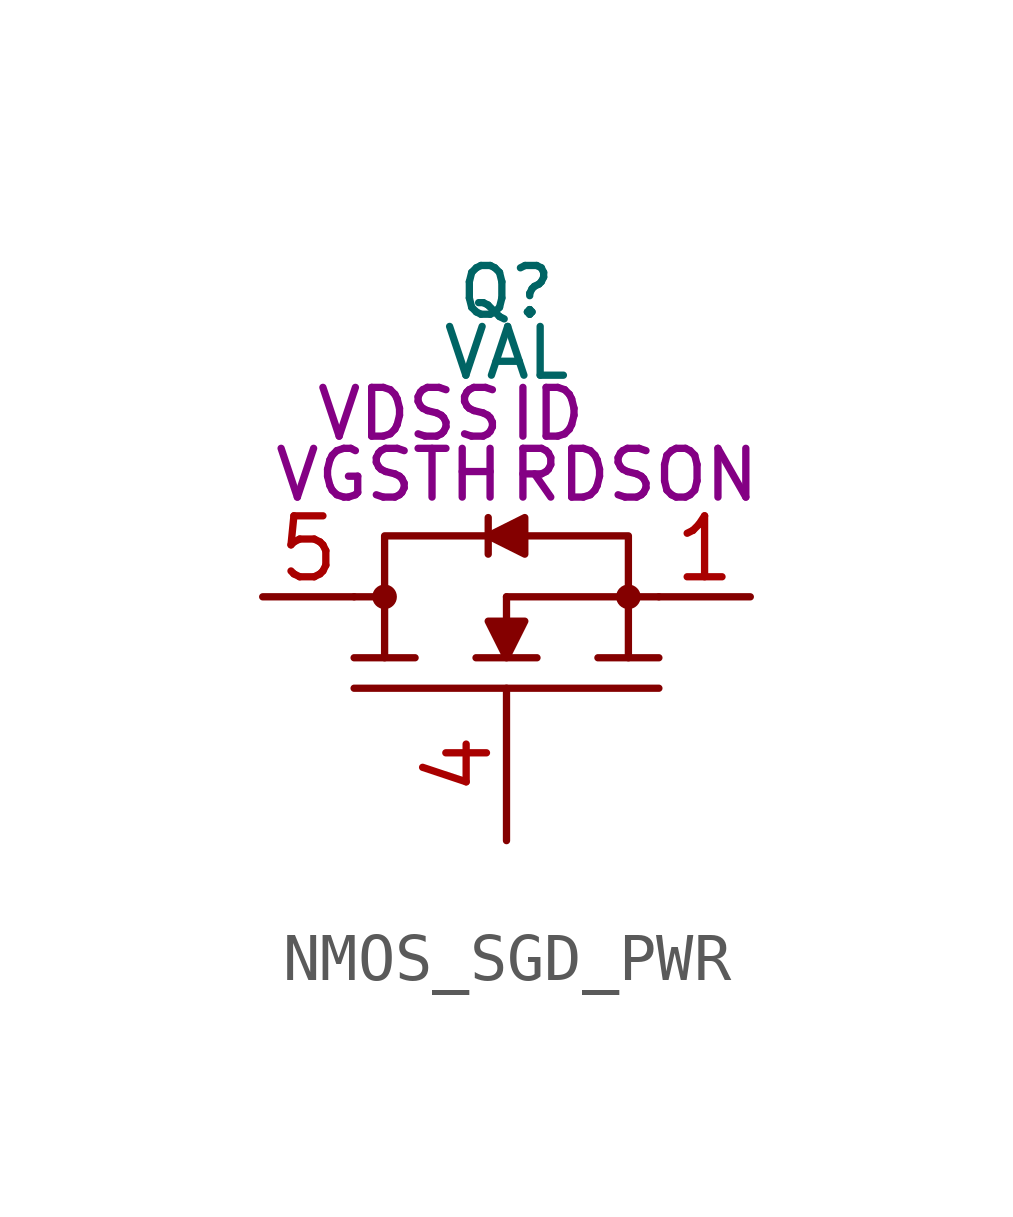
<source format=kicad_sym>
(kicad_symbol_lib
  (version 20231120)
  (generator "kicad_symbol_editor")
  (generator_version "8.0")
  (symbol "NMOS_SGD_PWR"
    (pin_names hide)
    (property "Reference" "Q"
      (at 0 6.35 0)
      (do_not_autoplace)
      (effects (font (size 1.016 1.016))))
    (property "Value" "VAL"
      (at 0 5.08 0)
      (do_not_autoplace)
      (effects (font (size 1.016 1.016))))
    (property "VDSS" "VDSS"
      (at 0 3.81 0)
      (do_not_autoplace)
      (effects (font (size 1.016 1.016)) (justify right)))
    (property "VGSTH" "VGSTH"
      (at 0 2.54 0)
      (do_not_autoplace)
      (effects (font (size 1.016 1.016)) (justify right)))
    (property "ID" "ID"
      (at 0 3.81 0)
      (do_not_autoplace)
      (effects (font (size 1.016 1.016)) (justify left)))
    (property "RDSON" "RDSON"
      (at 0 2.54 0)
      (do_not_autoplace)
      (effects (font (size 1.016 1.016)) (justify left)))
    (symbol "NMOS_SGD_PWR_0_1"
      (polyline (pts (xy -3.175 -1.27) (xy -1.905 -1.27)) (stroke (width 0) (type default)) (fill (type none)))
      (polyline (pts (xy -0.635 -1.27) (xy 0.635 -1.27)) (stroke (width 0) (type default)) (fill (type none)))
      (polyline (pts (xy 0 0) (xy 0 -0.508)) (stroke (width 0) (type default)) (fill (type none)))
      (polyline (pts (xy 1.905 -1.27) (xy 3.175 -1.27)) (stroke (width 0) (type default)) (fill (type none)))
      (polyline (pts (xy -2.54 -1.27) (xy -2.54 0) (xy -3.175 0)) (stroke (width 0) (type default)) (fill (type none)))
      (polyline (pts (xy 2.54 -1.27) (xy 2.54 0) (xy 3.175 0)) (stroke (width 0) (type default)) (fill (type none))))
    (symbol "NMOS_SGD_PWR_1_0"
      (pin passive line (at 5.08 0 180) (length 1.905) (name "" (effects (font (size 1.27 1.27)))) (number "1" (effects (font (size 1.27 1.27)))))
      (pin passive line (at 5.08 0 180) (length 1.905) hide (name "" (effects (font (size 1.27 1.27)))) (number "2" (effects (font (size 1.27 1.27)))))
      (pin passive line (at 5.08 0 180) (length 1.905) hide (name "" (effects (font (size 1.27 1.27)))) (number "3" (effects (font (size 1.27 1.27)))))
      (pin passive line (at 0 -5.08 90) (length 3.175) (name "" (effects (font (size 1.27 1.27)))) (number "4" (effects (font (size 1.27 1.27)))))
      (pin passive line (at -5.08 0 0) (length 1.905) (name "" (effects (font (size 1.27 1.27)))) (number "5" (effects (font (size 1.27 1.27)))))
      (pin passive line (at -5.08 0 0) (length 1.905) hide (name "" (effects (font (size 1.27 1.27)))) (number "6" (effects (font (size 1.27 1.27)))))
      (pin passive line (at -5.08 0 0) (length 1.905) hide (name "8" (effects (font (size 1.27 1.27)))) (number "6" (effects (font (size 1.27 1.27)))))
      (pin passive line (at -5.08 0 0) (length 1.905) hide (name "" (effects (font (size 1.27 1.27)))) (number "7" (effects (font (size 1.27 1.27))))))
    (symbol "NMOS_SGD_PWR_1_1"
      (circle (center -2.54 0) (radius 0.18) (stroke (width 0) (type default)) (fill (type outline)))
      (polyline (pts (xy -3.175 -1.905) (xy 3.175 -1.905)) (stroke (width 0) (type default)) (fill (type none)))
      (polyline (pts (xy -0.381 1.651) (xy -0.381 0.889)) (stroke (width 0) (type default)) (fill (type none)))
      (polyline (pts (xy 0 0) (xy 2.54 0)) (stroke (width 0) (type default)) (fill (type none)))
      (polyline (pts (xy -2.54 0) (xy -2.54 1.27) (xy -0.381 1.27)) (stroke (width 0) (type default)) (fill (type none)))
      (polyline (pts (xy 0.381 1.27) (xy 2.54 1.27) (xy 2.54 0)) (stroke (width 0) (type default)) (fill (type none)))
      (polyline (pts (xy -0.381 1.27) (xy 0.381 0.889) (xy 0.381 1.651) (xy -0.381 1.27)) (stroke (width 0) (type default)) (fill (type outline)))
      (polyline (pts (xy 0 -1.27) (xy 0.381 -0.508) (xy -0.381 -0.508) (xy 0 -1.27)) (stroke (width 0) (type default)) (fill (type outline)))
      (circle (center 2.54 0) (radius 0.18) (stroke (width 0) (type default)) (fill (type outline))))))
</source>
